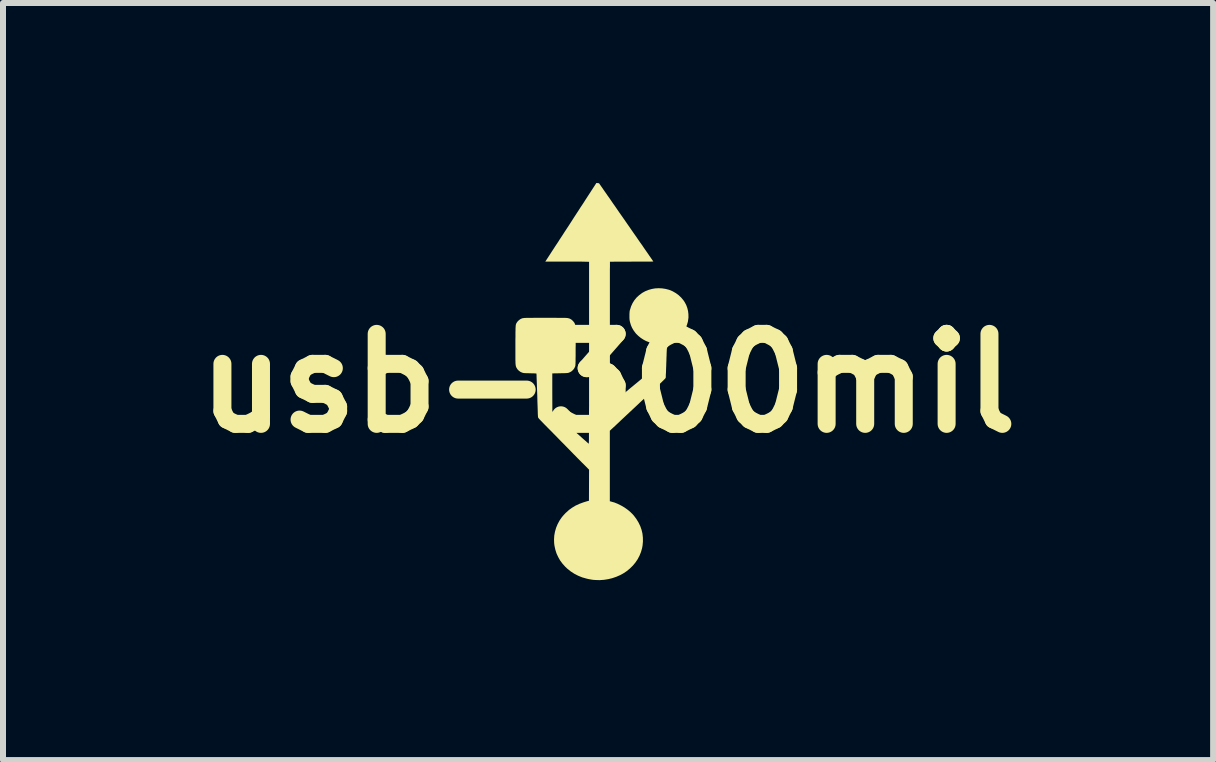
<source format=kicad_pcb>
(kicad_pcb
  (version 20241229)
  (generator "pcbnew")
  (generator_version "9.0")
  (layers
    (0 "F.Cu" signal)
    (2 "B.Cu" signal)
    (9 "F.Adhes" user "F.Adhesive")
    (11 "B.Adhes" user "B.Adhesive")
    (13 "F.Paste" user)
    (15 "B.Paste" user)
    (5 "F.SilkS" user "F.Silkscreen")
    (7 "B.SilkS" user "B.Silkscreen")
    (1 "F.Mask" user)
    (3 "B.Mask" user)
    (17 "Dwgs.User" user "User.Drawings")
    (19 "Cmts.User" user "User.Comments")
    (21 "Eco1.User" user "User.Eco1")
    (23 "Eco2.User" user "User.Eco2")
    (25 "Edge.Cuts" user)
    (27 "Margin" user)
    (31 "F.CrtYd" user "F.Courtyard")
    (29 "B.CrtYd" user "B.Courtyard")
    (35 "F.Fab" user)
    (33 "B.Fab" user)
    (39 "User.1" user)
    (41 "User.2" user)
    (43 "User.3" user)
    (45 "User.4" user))
  (footprint "usb-300mil"
    (layer "F.Cu")
    (at 7.086 3.337)
    (property "Reference" "usb-300mil" (at 0 0 0) (layer "F.SilkS") (effects (font (size 1.5 1.5) (thickness 0.3))))
    (attr board_only exclude_from_pos_files exclude_from_bom)
    (fp_poly (pts (xy -0.174 -3.335) (xy -0.162 -3.334) (xy -0.153 -3.332) (xy -0.149 -3.33) (xy -0.147 -3.327) (xy -0.141 -3.318) (xy -0.131 -3.304) (xy -0.118 -3.285) (xy -0.101 -3.261) (xy -0.082 -3.233) (xy -0.06 -3.201) (xy -0.035 -3.166) (xy -0.009 -3.128) (xy 0.02 -3.087) (xy 0.05 -3.044) (xy 0.081 -2.998) (xy 0.114 -2.952) (xy 0.151 -2.898) (xy 0.19 -2.841) (xy 0.231 -2.783) (xy 0.273 -2.723) (xy 0.314 -2.663) (xy 0.356 -2.603) (xy 0.396 -2.545) (xy 0.435 -2.489) (xy 0.473 -2.435) (xy 0.507 -2.385) (xy 0.539 -2.339) (xy 0.565 -2.303) (xy 0.592 -2.263) (xy 0.619 -2.224) (xy 0.644 -2.188) (xy 0.667 -2.155) (xy 0.688 -2.124) (xy 0.707 -2.097) (xy 0.723 -2.074) (xy 0.736 -2.055) (xy 0.746 -2.04) (xy 0.752 -2.031) (xy 0.755 -2.027) (xy 0.755 -2.027) (xy 0.751 -2.027) (xy 0.741 -2.027) (xy 0.724 -2.027) (xy 0.702 -2.026) (xy 0.674 -2.026) (xy 0.641 -2.026) (xy 0.604 -2.026) (xy 0.563 -2.026) (xy 0.519 -2.026) (xy 0.472 -2.026) (xy 0.422 -2.026) (xy 0.394 -2.026) (xy 0.343 -2.025) (xy 0.295 -2.025) (xy 0.249 -2.025) (xy 0.206 -2.025) (xy 0.166 -2.025) (xy 0.131 -2.025) (xy 0.1 -2.025) (xy 0.075 -2.024) (xy 0.054 -2.024) (xy 0.04 -2.024) (xy 0.033 -2.024) (xy 0.031 -2.023) (xy 0.031 -2.02) (xy 0.031 -2.009) (xy 0.031 -1.991) (xy 0.031 -1.967) (xy 0.031 -1.937) (xy 0.03 -1.901) (xy 0.03 -1.859) (xy 0.03 -1.812) (xy 0.03 -1.759) (xy 0.03 -1.702) (xy 0.03 -1.64) (xy 0.03 -1.574) (xy 0.03 -1.504) (xy 0.03 -1.43) (xy 0.03 -1.353) (xy 0.03 -1.272) (xy 0.03 -1.188) (xy 0.03 -1.102) (xy 0.03 -1.013) (xy 0.03 -0.922) (xy 0.03 -0.829) (xy 0.03 -0.829) (xy 0.031 0.364) (xy 0.155 0.262) (xy 0.188 0.235) (xy 0.224 0.205) (xy 0.263 0.173) (xy 0.303 0.14) (xy 0.341 0.108) (xy 0.377 0.078) (xy 0.403 0.057) (xy 0.433 0.032) (xy 0.466 0.005) (xy 0.499 -0.022) (xy 0.531 -0.049) (xy 0.562 -0.074) (xy 0.59 -0.097) (xy 0.614 -0.117) (xy 0.615 -0.118) (xy 0.704 -0.191) (xy 0.704 -0.434) (xy 0.704 -0.677) (xy 0.678 -0.685) (xy 0.632 -0.703) (xy 0.587 -0.727) (xy 0.543 -0.756) (xy 0.503 -0.789) (xy 0.467 -0.824) (xy 0.451 -0.844) (xy 0.422 -0.884) (xy 0.399 -0.924) (xy 0.381 -0.966) (xy 0.367 -1.012) (xy 0.366 -1.017) (xy 0.362 -1.032) (xy 0.36 -1.045) (xy 0.358 -1.057) (xy 0.357 -1.071) (xy 0.356 -1.089) (xy 0.356 -1.111) (xy 0.356 -1.123) (xy 0.356 -1.148) (xy 0.357 -1.167) (xy 0.358 -1.183) (xy 0.359 -1.196) (xy 0.361 -1.208) (xy 0.364 -1.221) (xy 0.366 -1.225) (xy 0.384 -1.282) (xy 0.408 -1.334) (xy 0.438 -1.382) (xy 0.474 -1.426) (xy 0.516 -1.465) (xy 0.564 -1.501) (xy 0.568 -1.504) (xy 0.618 -1.532) (xy 0.672 -1.554) (xy 0.728 -1.57) (xy 0.785 -1.58) (xy 0.844 -1.583) (xy 0.902 -1.58) (xy 0.96 -1.571) (xy 1.017 -1.556) (xy 1.071 -1.534) (xy 1.079 -1.53) (xy 1.131 -1.5) (xy 1.178 -1.465) (xy 1.22 -1.425) (xy 1.258 -1.379) (xy 1.28 -1.345) (xy 1.303 -1.301) (xy 1.321 -1.252) (xy 1.333 -1.201) (xy 1.339 -1.15) (xy 1.34 -1.098) (xy 1.338 -1.079) (xy 1.33 -1.024) (xy 1.315 -0.972) (xy 1.295 -0.924) (xy 1.268 -0.879) (xy 1.235 -0.836) (xy 1.209 -0.808) (xy 1.17 -0.771) (xy 1.131 -0.742) (xy 1.09 -0.717) (xy 1.046 -0.697) (xy 1.017 -0.686) (xy 1.002 -0.681) (xy 0.993 -0.677) (xy 0.988 -0.673) (xy 0.985 -0.669) (xy 0.984 -0.662) (xy 0.984 -0.661) (xy 0.983 -0.656) (xy 0.982 -0.643) (xy 0.981 -0.624) (xy 0.98 -0.6) (xy 0.979 -0.571) (xy 0.978 -0.538) (xy 0.976 -0.501) (xy 0.975 -0.461) (xy 0.973 -0.419) (xy 0.972 -0.376) (xy 0.97 -0.331) (xy 0.969 -0.289) (xy 0.967 -0.249) (xy 0.966 -0.213) (xy 0.965 -0.179) (xy 0.963 -0.151) (xy 0.962 -0.127) (xy 0.962 -0.108) (xy 0.961 -0.096) (xy 0.96 -0.091) (xy 0.96 -0.089) (xy 0.959 -0.086) (xy 0.956 -0.083) (xy 0.953 -0.078) (xy 0.948 -0.073) (xy 0.941 -0.065) (xy 0.932 -0.057) (xy 0.922 -0.046) (xy 0.908 -0.033) (xy 0.893 -0.018) (xy 0.874 0.000297) (xy 0.852 0.021) (xy 0.827 0.045) (xy 0.799 0.072) (xy 0.766 0.102) (xy 0.73 0.136) (xy 0.69 0.174) (xy 0.645 0.217) (xy 0.595 0.263) (xy 0.54 0.314) (xy 0.494 0.358) (xy 0.029 0.793) (xy 0.029 1.381) (xy 0.029 1.968) (xy 0.048 1.973) (xy 0.105 1.989) (xy 0.162 2.012) (xy 0.218 2.04) (xy 0.273 2.072) (xy 0.325 2.109) (xy 0.372 2.148) (xy 0.414 2.19) (xy 0.429 2.207) (xy 0.471 2.263) (xy 0.507 2.322) (xy 0.536 2.382) (xy 0.558 2.444) (xy 0.573 2.508) (xy 0.58 2.573) (xy 0.581 2.638) (xy 0.575 2.705) (xy 0.567 2.749) (xy 0.549 2.813) (xy 0.524 2.875) (xy 0.493 2.934) (xy 0.456 2.989) (xy 0.413 3.041) (xy 0.364 3.089) (xy 0.311 3.133) (xy 0.252 3.172) (xy 0.202 3.199) (xy 0.138 3.227) (xy 0.071 3.25) (xy 0.001 3.267) (xy -0.07 3.278) (xy -0.141 3.283) (xy -0.208 3.281) (xy -0.242 3.279) (xy -0.272 3.275) (xy -0.301 3.27) (xy -0.332 3.264) (xy -0.361 3.257) (xy -0.432 3.237) (xy -0.5 3.209) (xy -0.564 3.176) (xy -0.624 3.137) (xy -0.68 3.092) (xy -0.711 3.063) (xy -0.758 3.011) (xy -0.799 2.956) (xy -0.832 2.898) (xy -0.86 2.837) (xy -0.88 2.773) (xy -0.894 2.707) (xy -0.899 2.668) (xy -0.901 2.604) (xy -0.897 2.539) (xy -0.885 2.475) (xy -0.867 2.412) (xy -0.842 2.351) (xy -0.811 2.293) (xy -0.795 2.269) (xy -0.769 2.232) (xy -0.74 2.198) (xy -0.707 2.163) (xy -0.701 2.158) (xy -0.653 2.114) (xy -0.6 2.076) (xy -0.544 2.042) (xy -0.482 2.013) (xy -0.415 1.988) (xy -0.35 1.968) (xy -0.319 1.96) (xy -0.318 1.701) (xy -0.317 1.442) (xy -0.411 1.347) (xy -0.43 1.329) (xy -0.452 1.306) (xy -0.479 1.279) (xy -0.509 1.249) (xy -0.541 1.216) (xy -0.575 1.182) (xy -0.61 1.146) (xy -0.645 1.11) (xy -0.68 1.074) (xy -0.706 1.048) (xy -0.74 1.013) (xy -0.776 0.977) (xy -0.811 0.941) (xy -0.846 0.905) (xy -0.88 0.87) (xy -0.912 0.838) (xy -0.941 0.808) (xy -0.967 0.782) (xy -0.99 0.759) (xy -1.003 0.746) (xy -1.036 0.712) (xy -1.064 0.684) (xy -1.088 0.659) (xy -1.107 0.639) (xy -1.124 0.622) (xy -1.136 0.609) (xy -1.147 0.598) (xy -1.154 0.589) (xy -1.16 0.582) (xy -1.163 0.577) (xy -1.166 0.573) (xy -1.167 0.569) (xy -1.168 0.566) (xy -1.168 0.562) (xy -1.168 0.562) (xy -1.169 0.552) (xy -1.17 0.537) (xy -1.171 0.519) (xy -1.172 0.497) (xy -1.172 0.483) (xy -1.174 0.418) (xy -1.176 0.36) (xy -1.178 0.308) (xy -1.179 0.262) (xy -1.18 0.222) (xy -1.181 0.186) (xy -1.182 0.156) (xy -1.183 0.13) (xy -1.184 0.108) (xy -1.185 0.089) (xy -1.185 0.074) (xy -1.186 0.061) (xy -1.186 0.05) (xy -1.186 0.042) (xy -1.187 0.035) (xy -1.187 0.018) (xy -1.188 -0.004) (xy -1.189 -0.029) (xy -1.19 -0.056) (xy -1.191 -0.082) (xy -1.191 -0.082) (xy -1.192 -0.105) (xy -1.192 -0.125) (xy -1.193 -0.142) (xy -1.194 -0.154) (xy -1.194 -0.16) (xy -1.194 -0.161) (xy -1.198 -0.161) (xy -1.208 -0.162) (xy -1.224 -0.163) (xy -1.244 -0.164) (xy -1.268 -0.164) (xy -1.294 -0.165) (xy -1.301 -0.165) (xy -1.332 -0.166) (xy -1.357 -0.166) (xy -1.377 -0.167) (xy -1.393 -0.168) (xy -1.405 -0.169) (xy -1.415 -0.171) (xy -1.423 -0.173) (xy -1.428 -0.174) (xy -1.46 -0.188) (xy -1.488 -0.208) (xy -1.511 -0.232) (xy -1.529 -0.261) (xy -1.533 -0.272) (xy -1.537 -0.282) (xy -1.539 -0.293) (xy -1.541 -0.307) (xy -1.543 -0.326) (xy -1.543 -0.335) (xy -1.544 -0.347) (xy -1.544 -0.365) (xy -1.545 -0.39) (xy -1.545 -0.419) (xy -1.545 -0.454) (xy -1.545 -0.492) (xy -1.545 -0.533) (xy -1.545 -0.577) (xy -1.545 -0.623) (xy -1.545 -0.669) (xy -1.545 -0.723) (xy -1.544 -0.77) (xy -1.544 -0.811) (xy -1.544 -0.846) (xy -1.543 -0.876) (xy -1.543 -0.902) (xy -1.542 -0.923) (xy -1.541 -0.94) (xy -1.54 -0.954) (xy -1.539 -0.966) (xy -1.537 -0.975) (xy -1.535 -0.983) (xy -1.533 -0.99) (xy -1.53 -0.996) (xy -1.526 -1.001) (xy -1.523 -1.008) (xy -1.522 -1.009) (xy -1.507 -1.03) (xy -1.486 -1.05) (xy -1.463 -1.067) (xy -1.453 -1.072) (xy -1.439 -1.078) (xy -1.425 -1.083) (xy -1.408 -1.085) (xy -1.394 -1.087) (xy -1.384 -1.087) (xy -1.367 -1.088) (xy -1.345 -1.088) (xy -1.317 -1.089) (xy -1.285 -1.089) (xy -1.248 -1.089) (xy -1.209 -1.09) (xy -1.166 -1.09) (xy -1.122 -1.09) (xy -1.077 -1.09) (xy -1.032 -1.09) (xy -0.986 -1.09) (xy -0.941 -1.09) (xy -0.898 -1.09) (xy -0.857 -1.089) (xy -0.819 -1.089) (xy -0.785 -1.089) (xy -0.754 -1.088) (xy -0.729 -1.088) (xy -0.709 -1.088) (xy -0.696 -1.087) (xy -0.691 -1.087) (xy -0.672 -1.085) (xy -0.656 -1.081) (xy -0.643 -1.077) (xy -0.632 -1.072) (xy -0.606 -1.056) (xy -0.583 -1.034) (xy -0.564 -1.01) (xy -0.557 -0.997) (xy -0.554 -0.99) (xy -0.552 -0.983) (xy -0.549 -0.974) (xy -0.547 -0.964) (xy -0.545 -0.952) (xy -0.544 -0.938) (xy -0.543 -0.921) (xy -0.542 -0.9) (xy -0.541 -0.876) (xy -0.541 -0.847) (xy -0.54 -0.814) (xy -0.54 -0.776) (xy -0.54 -0.732) (xy -0.54 -0.681) (xy -0.54 -0.625) (xy -0.541 -0.591) (xy -0.541 -0.537) (xy -0.541 -0.491) (xy -0.541 -0.451) (xy -0.542 -0.417) (xy -0.542 -0.388) (xy -0.542 -0.363) (xy -0.543 -0.343) (xy -0.543 -0.327) (xy -0.544 -0.314) (xy -0.545 -0.304) (xy -0.545 -0.296) (xy -0.546 -0.29) (xy -0.547 -0.285) (xy -0.548 -0.281) (xy -0.548 -0.281) (xy -0.562 -0.25) (xy -0.582 -0.223) (xy -0.606 -0.2) (xy -0.635 -0.183) (xy -0.66 -0.173) (xy -0.667 -0.171) (xy -0.675 -0.17) (xy -0.686 -0.169) (xy -0.701 -0.168) (xy -0.72 -0.167) (xy -0.743 -0.166) (xy -0.772 -0.166) (xy -0.805 -0.165) (xy -0.93 -0.163) (xy -0.93 0.153) (xy -0.929 0.469) (xy -0.629 0.738) (xy -0.589 0.773) (xy -0.55 0.808) (xy -0.513 0.841) (xy -0.479 0.871) (xy -0.447 0.9) (xy -0.418 0.926) (xy -0.392 0.949) (xy -0.369 0.968) (xy -0.351 0.985) (xy -0.337 0.997) (xy -0.327 1.005) (xy -0.323 1.009) (xy -0.323 1.009) (xy -0.322 1.008) (xy -0.322 1.007) (xy -0.321 1.003) (xy -0.321 0.999) (xy -0.321 0.992) (xy -0.32 0.983) (xy -0.32 0.972) (xy -0.32 0.958) (xy -0.319 0.942) (xy -0.319 0.923) (xy -0.319 0.9) (xy -0.319 0.875) (xy -0.319 0.846) (xy -0.318 0.813) (xy -0.318 0.776) (xy -0.318 0.736) (xy -0.318 0.691) (xy -0.318 0.641) (xy -0.318 0.587) (xy -0.318 0.528) (xy -0.318 0.464) (xy -0.317 0.394) (xy -0.317 0.32) (xy -0.317 0.239) (xy -0.317 0.152) (xy -0.317 0.06) (xy -0.317 -0.039) (xy -0.317 -0.144) (xy -0.317 -0.256) (xy -0.317 -0.375) (xy -0.317 -0.501) (xy -0.317 -0.506) (xy -0.317 -2.023) (xy -0.398 -2.025) (xy -0.415 -2.025) (xy -0.439 -2.026) (xy -0.468 -2.026) (xy -0.502 -2.026) (xy -0.541 -2.026) (xy -0.582 -2.026) (xy -0.627 -2.026) (xy -0.673 -2.027) (xy -0.72 -2.026) (xy -0.763 -2.026) (xy -0.808 -2.026) (xy -0.85 -2.026) (xy -0.89 -2.026) (xy -0.927 -2.026) (xy -0.959 -2.026) (xy -0.988 -2.026) (xy -1.011 -2.026) (xy -1.029 -2.026) (xy -1.041 -2.026) (xy -1.046 -2.026) (xy -1.046 -2.026) (xy -1.045 -2.029) (xy -1.039 -2.038) (xy -1.03 -2.052) (xy -1.017 -2.072) (xy -1.002 -2.095) (xy -0.984 -2.123) (xy -0.963 -2.155) (xy -0.94 -2.191) (xy -0.915 -2.229) (xy -0.888 -2.271) (xy -0.859 -2.315) (xy -0.829 -2.36) (xy -0.804 -2.4) (xy -0.768 -2.454) (xy -0.731 -2.512) (xy -0.692 -2.571) (xy -0.652 -2.632) (xy -0.612 -2.694) (xy -0.573 -2.755) (xy -0.534 -2.815) (xy -0.496 -2.873) (xy -0.461 -2.928) (xy -0.427 -2.979) (xy -0.397 -3.025) (xy -0.378 -3.055) (xy -0.195 -3.337)) (stroke (width 0) (type solid)) (fill yes) (layer "F.SilkS")))
  (gr_rect
    (start -3 -3)
    (end 17.171 9.619)
    (stroke (width 0.1) (type default))
    (fill no)
    (layer "Edge.Cuts")))
</source>
